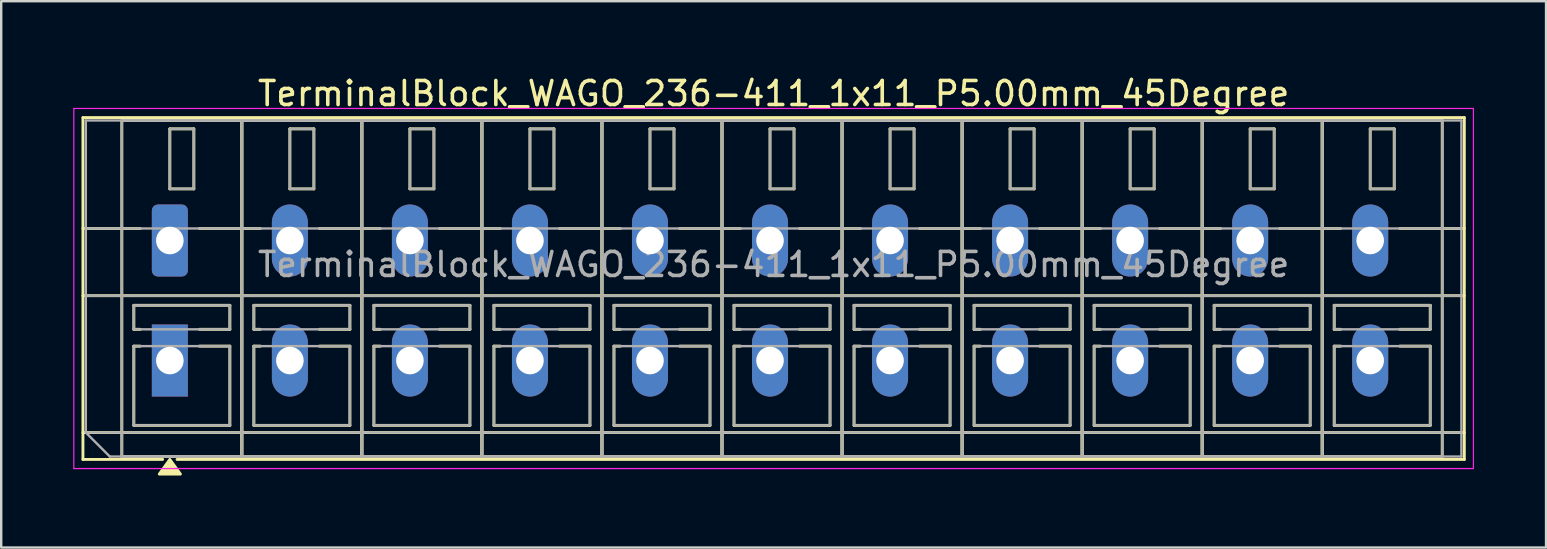
<source format=kicad_pcb>
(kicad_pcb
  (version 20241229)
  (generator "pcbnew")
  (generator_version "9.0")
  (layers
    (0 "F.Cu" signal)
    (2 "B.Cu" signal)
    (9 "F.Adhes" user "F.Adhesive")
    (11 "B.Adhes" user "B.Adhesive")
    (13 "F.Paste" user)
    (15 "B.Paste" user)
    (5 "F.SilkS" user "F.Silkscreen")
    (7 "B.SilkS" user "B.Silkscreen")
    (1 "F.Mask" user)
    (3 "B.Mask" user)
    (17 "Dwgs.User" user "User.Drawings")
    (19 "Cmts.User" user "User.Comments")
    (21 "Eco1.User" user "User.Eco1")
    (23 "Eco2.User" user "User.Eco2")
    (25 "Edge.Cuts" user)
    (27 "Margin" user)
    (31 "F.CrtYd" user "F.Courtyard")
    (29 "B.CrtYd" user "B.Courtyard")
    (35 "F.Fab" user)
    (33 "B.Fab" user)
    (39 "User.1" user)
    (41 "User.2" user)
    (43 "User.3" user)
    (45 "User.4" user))
  (footprint "TerminalBlock_WAGO_236-411_1x11_P5.00mm_45Degree"
    (layer "F.Cu")
    (at 4.025 6.968)
    (property "Reference" "TerminalBlock_WAGO_236-411_1x11_P5.00mm_45Degree" (at 25.15 -6.12 0) (layer "F.SilkS") (effects (font (size 1 1) (thickness 0.15))))
    (attr through_hole)
    (fp_line (start -3.62 -5.12) (end -3.62 9.12) (stroke (width 0.12) (type solid)) (layer "F.SilkS"))
    (fp_line (start -3.62 -5.12) (end 53.92 -5.12) (stroke (width 0.12) (type solid)) (layer "F.SilkS"))
    (fp_line (start -3.62 -0.5) (end -1.23 -0.5) (stroke (width 0.12) (type solid)) (layer "F.SilkS"))
    (fp_line (start -3.62 2.3) (end 53.92 2.3) (stroke (width 0.12) (type solid)) (layer "F.SilkS"))
    (fp_line (start -3.62 8) (end 53.92 8) (stroke (width 0.12) (type solid)) (layer "F.SilkS"))
    (fp_line (start -3.62 9.12) (end -0.3 9.12) (stroke (width 0.12) (type solid)) (layer "F.SilkS"))
    (fp_line (start -2 -5) (end -2 9) (stroke (width 0.12) (type solid)) (layer "F.SilkS"))
    (fp_line (start -2 -5) (end 3 -5) (stroke (width 0.12) (type solid)) (layer "F.SilkS"))
    (fp_line (start -2 9) (end 3 9) (stroke (width 0.12) (type solid)) (layer "F.SilkS"))
    (fp_line (start -1.5 2.7) (end -1.5 3.7) (stroke (width 0.12) (type solid)) (layer "F.SilkS"))
    (fp_line (start -1.5 2.7) (end 2.5 2.7) (stroke (width 0.12) (type solid)) (layer "F.SilkS"))
    (fp_line (start -1.5 3.7) (end -1.23 3.7) (stroke (width 0.12) (type solid)) (layer "F.SilkS"))
    (fp_line (start -1.5 4.4) (end -1.5 7.7) (stroke (width 0.12) (type solid)) (layer "F.SilkS"))
    (fp_line (start -1.5 4.4) (end -1.23 4.4) (stroke (width 0.12) (type solid)) (layer "F.SilkS"))
    (fp_line (start -1.5 7.7) (end 2.5 7.7) (stroke (width 0.12) (type solid)) (layer "F.SilkS"))
    (fp_line (start 0 -4.65) (end 0 -2.15) (stroke (width 0.12) (type solid)) (layer "F.SilkS"))
    (fp_line (start 0 -4.65) (end 1 -4.65) (stroke (width 0.12) (type solid)) (layer "F.SilkS"))
    (fp_line (start 0 -2.15) (end 1 -2.15) (stroke (width 0.12) (type solid)) (layer "F.SilkS"))
    (fp_line (start 0.3 9.12) (end 53.92 9.12) (stroke (width 0.12) (type solid)) (layer "F.SilkS"))
    (fp_line (start 1 -4.65) (end 1 -2.15) (stroke (width 0.12) (type solid)) (layer "F.SilkS"))
    (fp_line (start 1.23 -0.5) (end 3.77 -0.5) (stroke (width 0.12) (type solid)) (layer "F.SilkS"))
    (fp_line (start 1.23 3.7) (end 2.5 3.7) (stroke (width 0.12) (type solid)) (layer "F.SilkS"))
    (fp_line (start 1.23 4.4) (end 2.5 4.4) (stroke (width 0.12) (type solid)) (layer "F.SilkS"))
    (fp_line (start 2.5 2.7) (end 2.5 3.7) (stroke (width 0.12) (type solid)) (layer "F.SilkS"))
    (fp_line (start 2.5 4.4) (end 2.5 7.7) (stroke (width 0.12) (type solid)) (layer "F.SilkS"))
    (fp_line (start 3 -5) (end 3 9) (stroke (width 0.12) (type solid)) (layer "F.SilkS"))
    (fp_line (start 3 -5) (end 3 9) (stroke (width 0.12) (type solid)) (layer "F.SilkS"))
    (fp_line (start 3 -5) (end 8 -5) (stroke (width 0.12) (type solid)) (layer "F.SilkS"))
    (fp_line (start 3 9) (end 8 9) (stroke (width 0.12) (type solid)) (layer "F.SilkS"))
    (fp_line (start 3.5 2.7) (end 3.5 3.7) (stroke (width 0.12) (type solid)) (layer "F.SilkS"))
    (fp_line (start 3.5 2.7) (end 7.5 2.7) (stroke (width 0.12) (type solid)) (layer "F.SilkS"))
    (fp_line (start 3.5 3.7) (end 3.77 3.7) (stroke (width 0.12) (type solid)) (layer "F.SilkS"))
    (fp_line (start 3.5 4.4) (end 3.5 7.7) (stroke (width 0.12) (type solid)) (layer "F.SilkS"))
    (fp_line (start 3.5 4.4) (end 3.77 4.4) (stroke (width 0.12) (type solid)) (layer "F.SilkS"))
    (fp_line (start 3.5 7.7) (end 7.5 7.7) (stroke (width 0.12) (type solid)) (layer "F.SilkS"))
    (fp_line (start 5 -4.65) (end 5 -2.15) (stroke (width 0.12) (type solid)) (layer "F.SilkS"))
    (fp_line (start 5 -4.65) (end 6 -4.65) (stroke (width 0.12) (type solid)) (layer "F.SilkS"))
    (fp_line (start 5 -2.15) (end 6 -2.15) (stroke (width 0.12) (type solid)) (layer "F.SilkS"))
    (fp_line (start 6 -4.65) (end 6 -2.15) (stroke (width 0.12) (type solid)) (layer "F.SilkS"))
    (fp_line (start 6.23 -0.5) (end 8.77 -0.5) (stroke (width 0.12) (type solid)) (layer "F.SilkS"))
    (fp_line (start 6.23 3.7) (end 7.5 3.7) (stroke (width 0.12) (type solid)) (layer "F.SilkS"))
    (fp_line (start 6.23 4.4) (end 7.5 4.4) (stroke (width 0.12) (type solid)) (layer "F.SilkS"))
    (fp_line (start 7.5 2.7) (end 7.5 3.7) (stroke (width 0.12) (type solid)) (layer "F.SilkS"))
    (fp_line (start 7.5 4.4) (end 7.5 7.7) (stroke (width 0.12) (type solid)) (layer "F.SilkS"))
    (fp_line (start 8 -5) (end 8 9) (stroke (width 0.12) (type solid)) (layer "F.SilkS"))
    (fp_line (start 8 -5) (end 8 9) (stroke (width 0.12) (type solid)) (layer "F.SilkS"))
    (fp_line (start 8 -5) (end 13 -5) (stroke (width 0.12) (type solid)) (layer "F.SilkS"))
    (fp_line (start 8 9) (end 13 9) (stroke (width 0.12) (type solid)) (layer "F.SilkS"))
    (fp_line (start 8.5 2.7) (end 8.5 3.7) (stroke (width 0.12) (type solid)) (layer "F.SilkS"))
    (fp_line (start 8.5 2.7) (end 12.5 2.7) (stroke (width 0.12) (type solid)) (layer "F.SilkS"))
    (fp_line (start 8.5 3.7) (end 8.77 3.7) (stroke (width 0.12) (type solid)) (layer "F.SilkS"))
    (fp_line (start 8.5 4.4) (end 8.5 7.7) (stroke (width 0.12) (type solid)) (layer "F.SilkS"))
    (fp_line (start 8.5 4.4) (end 8.77 4.4) (stroke (width 0.12) (type solid)) (layer "F.SilkS"))
    (fp_line (start 8.5 7.7) (end 12.5 7.7) (stroke (width 0.12) (type solid)) (layer "F.SilkS"))
    (fp_line (start 10 -4.65) (end 10 -2.15) (stroke (width 0.12) (type solid)) (layer "F.SilkS"))
    (fp_line (start 10 -4.65) (end 11 -4.65) (stroke (width 0.12) (type solid)) (layer "F.SilkS"))
    (fp_line (start 10 -2.15) (end 11 -2.15) (stroke (width 0.12) (type solid)) (layer "F.SilkS"))
    (fp_line (start 11 -4.65) (end 11 -2.15) (stroke (width 0.12) (type solid)) (layer "F.SilkS"))
    (fp_line (start 11.23 -0.5) (end 13.77 -0.5) (stroke (width 0.12) (type solid)) (layer "F.SilkS"))
    (fp_line (start 11.23 3.7) (end 12.5 3.7) (stroke (width 0.12) (type solid)) (layer "F.SilkS"))
    (fp_line (start 11.23 4.4) (end 12.5 4.4) (stroke (width 0.12) (type solid)) (layer "F.SilkS"))
    (fp_line (start 12.5 2.7) (end 12.5 3.7) (stroke (width 0.12) (type solid)) (layer "F.SilkS"))
    (fp_line (start 12.5 4.4) (end 12.5 7.7) (stroke (width 0.12) (type solid)) (layer "F.SilkS"))
    (fp_line (start 13 -5) (end 13 9) (stroke (width 0.12) (type solid)) (layer "F.SilkS"))
    (fp_line (start 13 -5) (end 13 9) (stroke (width 0.12) (type solid)) (layer "F.SilkS"))
    (fp_line (start 13 -5) (end 18 -5) (stroke (width 0.12) (type solid)) (layer "F.SilkS"))
    (fp_line (start 13 9) (end 18 9) (stroke (width 0.12) (type solid)) (layer "F.SilkS"))
    (fp_line (start 13.5 2.7) (end 13.5 3.7) (stroke (width 0.12) (type solid)) (layer "F.SilkS"))
    (fp_line (start 13.5 2.7) (end 17.5 2.7) (stroke (width 0.12) (type solid)) (layer "F.SilkS"))
    (fp_line (start 13.5 3.7) (end 13.77 3.7) (stroke (width 0.12) (type solid)) (layer "F.SilkS"))
    (fp_line (start 13.5 4.4) (end 13.5 7.7) (stroke (width 0.12) (type solid)) (layer "F.SilkS"))
    (fp_line (start 13.5 4.4) (end 13.77 4.4) (stroke (width 0.12) (type solid)) (layer "F.SilkS"))
    (fp_line (start 13.5 7.7) (end 17.5 7.7) (stroke (width 0.12) (type solid)) (layer "F.SilkS"))
    (fp_line (start 15 -4.65) (end 15 -2.15) (stroke (width 0.12) (type solid)) (layer "F.SilkS"))
    (fp_line (start 15 -4.65) (end 16 -4.65) (stroke (width 0.12) (type solid)) (layer "F.SilkS"))
    (fp_line (start 15 -2.15) (end 16 -2.15) (stroke (width 0.12) (type solid)) (layer "F.SilkS"))
    (fp_line (start 16 -4.65) (end 16 -2.15) (stroke (width 0.12) (type solid)) (layer "F.SilkS"))
    (fp_line (start 16.23 -0.5) (end 18.77 -0.5) (stroke (width 0.12) (type solid)) (layer "F.SilkS"))
    (fp_line (start 16.23 3.7) (end 17.5 3.7) (stroke (width 0.12) (type solid)) (layer "F.SilkS"))
    (fp_line (start 16.23 4.4) (end 17.5 4.4) (stroke (width 0.12) (type solid)) (layer "F.SilkS"))
    (fp_line (start 17.5 2.7) (end 17.5 3.7) (stroke (width 0.12) (type solid)) (layer "F.SilkS"))
    (fp_line (start 17.5 4.4) (end 17.5 7.7) (stroke (width 0.12) (type solid)) (layer "F.SilkS"))
    (fp_line (start 18 -5) (end 18 9) (stroke (width 0.12) (type solid)) (layer "F.SilkS"))
    (fp_line (start 18 -5) (end 18 9) (stroke (width 0.12) (type solid)) (layer "F.SilkS"))
    (fp_line (start 18 -5) (end 23 -5) (stroke (width 0.12) (type solid)) (layer "F.SilkS"))
    (fp_line (start 18 9) (end 23 9) (stroke (width 0.12) (type solid)) (layer "F.SilkS"))
    (fp_line (start 18.5 2.7) (end 18.5 3.7) (stroke (width 0.12) (type solid)) (layer "F.SilkS"))
    (fp_line (start 18.5 2.7) (end 22.5 2.7) (stroke (width 0.12) (type solid)) (layer "F.SilkS"))
    (fp_line (start 18.5 3.7) (end 18.77 3.7) (stroke (width 0.12) (type solid)) (layer "F.SilkS"))
    (fp_line (start 18.5 4.4) (end 18.5 7.7) (stroke (width 0.12) (type solid)) (layer "F.SilkS"))
    (fp_line (start 18.5 4.4) (end 18.77 4.4) (stroke (width 0.12) (type solid)) (layer "F.SilkS"))
    (fp_line (start 18.5 7.7) (end 22.5 7.7) (stroke (width 0.12) (type solid)) (layer "F.SilkS"))
    (fp_line (start 20 -4.65) (end 20 -2.15) (stroke (width 0.12) (type solid)) (layer "F.SilkS"))
    (fp_line (start 20 -4.65) (end 21 -4.65) (stroke (width 0.12) (type solid)) (layer "F.SilkS"))
    (fp_line (start 20 -2.15) (end 21 -2.15) (stroke (width 0.12) (type solid)) (layer "F.SilkS"))
    (fp_line (start 21 -4.65) (end 21 -2.15) (stroke (width 0.12) (type solid)) (layer "F.SilkS"))
    (fp_line (start 21.23 -0.5) (end 23.77 -0.5) (stroke (width 0.12) (type solid)) (layer "F.SilkS"))
    (fp_line (start 21.23 3.7) (end 22.5 3.7) (stroke (width 0.12) (type solid)) (layer "F.SilkS"))
    (fp_line (start 21.23 4.4) (end 22.5 4.4) (stroke (width 0.12) (type solid)) (layer "F.SilkS"))
    (fp_line (start 22.5 2.7) (end 22.5 3.7) (stroke (width 0.12) (type solid)) (layer "F.SilkS"))
    (fp_line (start 22.5 4.4) (end 22.5 7.7) (stroke (width 0.12) (type solid)) (layer "F.SilkS"))
    (fp_line (start 23 -5) (end 23 9) (stroke (width 0.12) (type solid)) (layer "F.SilkS"))
    (fp_line (start 23 -5) (end 23 9) (stroke (width 0.12) (type solid)) (layer "F.SilkS"))
    (fp_line (start 23 -5) (end 28 -5) (stroke (width 0.12) (type solid)) (layer "F.SilkS"))
    (fp_line (start 23 9) (end 28 9) (stroke (width 0.12) (type solid)) (layer "F.SilkS"))
    (fp_line (start 23.5 2.7) (end 23.5 3.7) (stroke (width 0.12) (type solid)) (layer "F.SilkS"))
    (fp_line (start 23.5 2.7) (end 27.5 2.7) (stroke (width 0.12) (type solid)) (layer "F.SilkS"))
    (fp_line (start 23.5 3.7) (end 23.77 3.7) (stroke (width 0.12) (type solid)) (layer "F.SilkS"))
    (fp_line (start 23.5 4.4) (end 23.5 7.7) (stroke (width 0.12) (type solid)) (layer "F.SilkS"))
    (fp_line (start 23.5 4.4) (end 23.77 4.4) (stroke (width 0.12) (type solid)) (layer "F.SilkS"))
    (fp_line (start 23.5 7.7) (end 27.5 7.7) (stroke (width 0.12) (type solid)) (layer "F.SilkS"))
    (fp_line (start 25 -4.65) (end 25 -2.15) (stroke (width 0.12) (type solid)) (layer "F.SilkS"))
    (fp_line (start 25 -4.65) (end 26 -4.65) (stroke (width 0.12) (type solid)) (layer "F.SilkS"))
    (fp_line (start 25 -2.15) (end 26 -2.15) (stroke (width 0.12) (type solid)) (layer "F.SilkS"))
    (fp_line (start 26 -4.65) (end 26 -2.15) (stroke (width 0.12) (type solid)) (layer "F.SilkS"))
    (fp_line (start 26.23 -0.5) (end 28.77 -0.5) (stroke (width 0.12) (type solid)) (layer "F.SilkS"))
    (fp_line (start 26.23 3.7) (end 27.5 3.7) (stroke (width 0.12) (type solid)) (layer "F.SilkS"))
    (fp_line (start 26.23 4.4) (end 27.5 4.4) (stroke (width 0.12) (type solid)) (layer "F.SilkS"))
    (fp_line (start 27.5 2.7) (end 27.5 3.7) (stroke (width 0.12) (type solid)) (layer "F.SilkS"))
    (fp_line (start 27.5 4.4) (end 27.5 7.7) (stroke (width 0.12) (type solid)) (layer "F.SilkS"))
    (fp_line (start 28 -5) (end 28 9) (stroke (width 0.12) (type solid)) (layer "F.SilkS"))
    (fp_line (start 28 -5) (end 28 9) (stroke (width 0.12) (type solid)) (layer "F.SilkS"))
    (fp_line (start 28 -5) (end 33 -5) (stroke (width 0.12) (type solid)) (layer "F.SilkS"))
    (fp_line (start 28 9) (end 33 9) (stroke (width 0.12) (type solid)) (layer "F.SilkS"))
    (fp_line (start 28.5 2.7) (end 28.5 3.7) (stroke (width 0.12) (type solid)) (layer "F.SilkS"))
    (fp_line (start 28.5 2.7) (end 32.5 2.7) (stroke (width 0.12) (type solid)) (layer "F.SilkS"))
    (fp_line (start 28.5 3.7) (end 28.77 3.7) (stroke (width 0.12) (type solid)) (layer "F.SilkS"))
    (fp_line (start 28.5 4.4) (end 28.5 7.7) (stroke (width 0.12) (type solid)) (layer "F.SilkS"))
    (fp_line (start 28.5 4.4) (end 28.77 4.4) (stroke (width 0.12) (type solid)) (layer "F.SilkS"))
    (fp_line (start 28.5 7.7) (end 32.5 7.7) (stroke (width 0.12) (type solid)) (layer "F.SilkS"))
    (fp_line (start 30 -4.65) (end 30 -2.15) (stroke (width 0.12) (type solid)) (layer "F.SilkS"))
    (fp_line (start 30 -4.65) (end 31 -4.65) (stroke (width 0.12) (type solid)) (layer "F.SilkS"))
    (fp_line (start 30 -2.15) (end 31 -2.15) (stroke (width 0.12) (type solid)) (layer "F.SilkS"))
    (fp_line (start 31 -4.65) (end 31 -2.15) (stroke (width 0.12) (type solid)) (layer "F.SilkS"))
    (fp_line (start 31.23 -0.5) (end 33.77 -0.5) (stroke (width 0.12) (type solid)) (layer "F.SilkS"))
    (fp_line (start 31.23 3.7) (end 32.5 3.7) (stroke (width 0.12) (type solid)) (layer "F.SilkS"))
    (fp_line (start 31.23 4.4) (end 32.5 4.4) (stroke (width 0.12) (type solid)) (layer "F.SilkS"))
    (fp_line (start 32.5 2.7) (end 32.5 3.7) (stroke (width 0.12) (type solid)) (layer "F.SilkS"))
    (fp_line (start 32.5 4.4) (end 32.5 7.7) (stroke (width 0.12) (type solid)) (layer "F.SilkS"))
    (fp_line (start 33 -5) (end 33 9) (stroke (width 0.12) (type solid)) (layer "F.SilkS"))
    (fp_line (start 33 -5) (end 33 9) (stroke (width 0.12) (type solid)) (layer "F.SilkS"))
    (fp_line (start 33 -5) (end 38 -5) (stroke (width 0.12) (type solid)) (layer "F.SilkS"))
    (fp_line (start 33 9) (end 38 9) (stroke (width 0.12) (type solid)) (layer "F.SilkS"))
    (fp_line (start 33.5 2.7) (end 33.5 3.7) (stroke (width 0.12) (type solid)) (layer "F.SilkS"))
    (fp_line (start 33.5 2.7) (end 37.5 2.7) (stroke (width 0.12) (type solid)) (layer "F.SilkS"))
    (fp_line (start 33.5 3.7) (end 33.77 3.7) (stroke (width 0.12) (type solid)) (layer "F.SilkS"))
    (fp_line (start 33.5 4.4) (end 33.5 7.7) (stroke (width 0.12) (type solid)) (layer "F.SilkS"))
    (fp_line (start 33.5 4.4) (end 33.77 4.4) (stroke (width 0.12) (type solid)) (layer "F.SilkS"))
    (fp_line (start 33.5 7.7) (end 37.5 7.7) (stroke (width 0.12) (type solid)) (layer "F.SilkS"))
    (fp_line (start 35 -4.65) (end 35 -2.15) (stroke (width 0.12) (type solid)) (layer "F.SilkS"))
    (fp_line (start 35 -4.65) (end 36 -4.65) (stroke (width 0.12) (type solid)) (layer "F.SilkS"))
    (fp_line (start 35 -2.15) (end 36 -2.15) (stroke (width 0.12) (type solid)) (layer "F.SilkS"))
    (fp_line (start 36 -4.65) (end 36 -2.15) (stroke (width 0.12) (type solid)) (layer "F.SilkS"))
    (fp_line (start 36.23 -0.5) (end 38.77 -0.5) (stroke (width 0.12) (type solid)) (layer "F.SilkS"))
    (fp_line (start 36.23 3.7) (end 37.5 3.7) (stroke (width 0.12) (type solid)) (layer "F.SilkS"))
    (fp_line (start 36.23 4.4) (end 37.5 4.4) (stroke (width 0.12) (type solid)) (layer "F.SilkS"))
    (fp_line (start 37.5 2.7) (end 37.5 3.7) (stroke (width 0.12) (type solid)) (layer "F.SilkS"))
    (fp_line (start 37.5 4.4) (end 37.5 7.7) (stroke (width 0.12) (type solid)) (layer "F.SilkS"))
    (fp_line (start 38 -5) (end 38 9) (stroke (width 0.12) (type solid)) (layer "F.SilkS"))
    (fp_line (start 38 -5) (end 38 9) (stroke (width 0.12) (type solid)) (layer "F.SilkS"))
    (fp_line (start 38 -5) (end 43 -5) (stroke (width 0.12) (type solid)) (layer "F.SilkS"))
    (fp_line (start 38 9) (end 43 9) (stroke (width 0.12) (type solid)) (layer "F.SilkS"))
    (fp_line (start 38.5 2.7) (end 38.5 3.7) (stroke (width 0.12) (type solid)) (layer "F.SilkS"))
    (fp_line (start 38.5 2.7) (end 42.5 2.7) (stroke (width 0.12) (type solid)) (layer "F.SilkS"))
    (fp_line (start 38.5 3.7) (end 38.77 3.7) (stroke (width 0.12) (type solid)) (layer "F.SilkS"))
    (fp_line (start 38.5 4.4) (end 38.5 7.7) (stroke (width 0.12) (type solid)) (layer "F.SilkS"))
    (fp_line (start 38.5 4.4) (end 38.77 4.4) (stroke (width 0.12) (type solid)) (layer "F.SilkS"))
    (fp_line (start 38.5 7.7) (end 42.5 7.7) (stroke (width 0.12) (type solid)) (layer "F.SilkS"))
    (fp_line (start 40 -4.65) (end 40 -2.15) (stroke (width 0.12) (type solid)) (layer "F.SilkS"))
    (fp_line (start 40 -4.65) (end 41 -4.65) (stroke (width 0.12) (type solid)) (layer "F.SilkS"))
    (fp_line (start 40 -2.15) (end 41 -2.15) (stroke (width 0.12) (type solid)) (layer "F.SilkS"))
    (fp_line (start 41 -4.65) (end 41 -2.15) (stroke (width 0.12) (type solid)) (layer "F.SilkS"))
    (fp_line (start 41.23 -0.5) (end 43.77 -0.5) (stroke (width 0.12) (type solid)) (layer "F.SilkS"))
    (fp_line (start 41.23 3.7) (end 42.5 3.7) (stroke (width 0.12) (type solid)) (layer "F.SilkS"))
    (fp_line (start 41.23 4.4) (end 42.5 4.4) (stroke (width 0.12) (type solid)) (layer "F.SilkS"))
    (fp_line (start 42.5 2.7) (end 42.5 3.7) (stroke (width 0.12) (type solid)) (layer "F.SilkS"))
    (fp_line (start 42.5 4.4) (end 42.5 7.7) (stroke (width 0.12) (type solid)) (layer "F.SilkS"))
    (fp_line (start 43 -5) (end 43 9) (stroke (width 0.12) (type solid)) (layer "F.SilkS"))
    (fp_line (start 43 -5) (end 43 9) (stroke (width 0.12) (type solid)) (layer "F.SilkS"))
    (fp_line (start 43 -5) (end 48 -5) (stroke (width 0.12) (type solid)) (layer "F.SilkS"))
    (fp_line (start 43 9) (end 48 9) (stroke (width 0.12) (type solid)) (layer "F.SilkS"))
    (fp_line (start 43.5 2.7) (end 43.5 3.7) (stroke (width 0.12) (type solid)) (layer "F.SilkS"))
    (fp_line (start 43.5 2.7) (end 47.5 2.7) (stroke (width 0.12) (type solid)) (layer "F.SilkS"))
    (fp_line (start 43.5 3.7) (end 43.77 3.7) (stroke (width 0.12) (type solid)) (layer "F.SilkS"))
    (fp_line (start 43.5 4.4) (end 43.5 7.7) (stroke (width 0.12) (type solid)) (layer "F.SilkS"))
    (fp_line (start 43.5 4.4) (end 43.77 4.4) (stroke (width 0.12) (type solid)) (layer "F.SilkS"))
    (fp_line (start 43.5 7.7) (end 47.5 7.7) (stroke (width 0.12) (type solid)) (layer "F.SilkS"))
    (fp_line (start 45 -4.65) (end 45 -2.15) (stroke (width 0.12) (type solid)) (layer "F.SilkS"))
    (fp_line (start 45 -4.65) (end 46 -4.65) (stroke (width 0.12) (type solid)) (layer "F.SilkS"))
    (fp_line (start 45 -2.15) (end 46 -2.15) (stroke (width 0.12) (type solid)) (layer "F.SilkS"))
    (fp_line (start 46 -4.65) (end 46 -2.15) (stroke (width 0.12) (type solid)) (layer "F.SilkS"))
    (fp_line (start 46.23 -0.5) (end 48.77 -0.5) (stroke (width 0.12) (type solid)) (layer "F.SilkS"))
    (fp_line (start 46.23 3.7) (end 47.5 3.7) (stroke (width 0.12) (type solid)) (layer "F.SilkS"))
    (fp_line (start 46.23 4.4) (end 47.5 4.4) (stroke (width 0.12) (type solid)) (layer "F.SilkS"))
    (fp_line (start 47.5 2.7) (end 47.5 3.7) (stroke (width 0.12) (type solid)) (layer "F.SilkS"))
    (fp_line (start 47.5 4.4) (end 47.5 7.7) (stroke (width 0.12) (type solid)) (layer "F.SilkS"))
    (fp_line (start 48 -5) (end 48 9) (stroke (width 0.12) (type solid)) (layer "F.SilkS"))
    (fp_line (start 48 -5) (end 48 9) (stroke (width 0.12) (type solid)) (layer "F.SilkS"))
    (fp_line (start 48 -5) (end 53 -5) (stroke (width 0.12) (type solid)) (layer "F.SilkS"))
    (fp_line (start 48 9) (end 53 9) (stroke (width 0.12) (type solid)) (layer "F.SilkS"))
    (fp_line (start 48.5 2.7) (end 48.5 3.7) (stroke (width 0.12) (type solid)) (layer "F.SilkS"))
    (fp_line (start 48.5 2.7) (end 52.5 2.7) (stroke (width 0.12) (type solid)) (layer "F.SilkS"))
    (fp_line (start 48.5 3.7) (end 48.77 3.7) (stroke (width 0.12) (type solid)) (layer "F.SilkS"))
    (fp_line (start 48.5 4.4) (end 48.5 7.7) (stroke (width 0.12) (type solid)) (layer "F.SilkS"))
    (fp_line (start 48.5 4.4) (end 48.77 4.4) (stroke (width 0.12) (type solid)) (layer "F.SilkS"))
    (fp_line (start 48.5 7.7) (end 52.5 7.7) (stroke (width 0.12) (type solid)) (layer "F.SilkS"))
    (fp_line (start 50 -4.65) (end 50 -2.15) (stroke (width 0.12) (type solid)) (layer "F.SilkS"))
    (fp_line (start 50 -4.65) (end 51 -4.65) (stroke (width 0.12) (type solid)) (layer "F.SilkS"))
    (fp_line (start 50 -2.15) (end 51 -2.15) (stroke (width 0.12) (type solid)) (layer "F.SilkS"))
    (fp_line (start 51 -4.65) (end 51 -2.15) (stroke (width 0.12) (type solid)) (layer "F.SilkS"))
    (fp_line (start 51.23 -0.5) (end 53.92 -0.5) (stroke (width 0.12) (type solid)) (layer "F.SilkS"))
    (fp_line (start 51.23 3.7) (end 52.5 3.7) (stroke (width 0.12) (type solid)) (layer "F.SilkS"))
    (fp_line (start 51.23 4.4) (end 52.5 4.4) (stroke (width 0.12) (type solid)) (layer "F.SilkS"))
    (fp_line (start 52.5 2.7) (end 52.5 3.7) (stroke (width 0.12) (type solid)) (layer "F.SilkS"))
    (fp_line (start 52.5 4.4) (end 52.5 7.7) (stroke (width 0.12) (type solid)) (layer "F.SilkS"))
    (fp_line (start 53 -5) (end 53 9) (stroke (width 0.12) (type solid)) (layer "F.SilkS"))
    (fp_line (start 53.92 -5.12) (end 53.92 9.12) (stroke (width 0.12) (type solid)) (layer "F.SilkS"))
    (fp_poly (pts (xy 0 9.12) (xy 0.44 9.73) (xy -0.44 9.73)) (stroke (width 0.12) (type solid)) (fill yes) (layer "F.SilkS"))
    (fp_line (start -4 -5.5) (end -4 9.5) (stroke (width 0.05) (type solid)) (layer "F.CrtYd"))
    (fp_line (start -4 9.5) (end 54.3 9.5) (stroke (width 0.05) (type solid)) (layer "F.CrtYd"))
    (fp_line (start 54.3 -5.5) (end -4 -5.5) (stroke (width 0.05) (type solid)) (layer "F.CrtYd"))
    (fp_line (start 54.3 9.5) (end 54.3 -5.5) (stroke (width 0.05) (type solid)) (layer "F.CrtYd"))
    (fp_line (start -3.5 -5) (end 53.8 -5) (stroke (width 0.1) (type solid)) (layer "F.Fab"))
    (fp_line (start -3.5 -0.5) (end 53.8 -0.5) (stroke (width 0.1) (type solid)) (layer "F.Fab"))
    (fp_line (start -3.5 2.3) (end 53.8 2.3) (stroke (width 0.1) (type solid)) (layer "F.Fab"))
    (fp_line (start -3.5 8) (end -3.5 -5) (stroke (width 0.1) (type solid)) (layer "F.Fab"))
    (fp_line (start -3.5 8) (end 53.8 8) (stroke (width 0.1) (type solid)) (layer "F.Fab"))
    (fp_line (start -2.5 9) (end -3.5 8) (stroke (width 0.1) (type solid)) (layer "F.Fab"))
    (fp_line (start -2 -5) (end -2 9) (stroke (width 0.1) (type solid)) (layer "F.Fab"))
    (fp_line (start -2 9) (end 3 9) (stroke (width 0.1) (type solid)) (layer "F.Fab"))
    (fp_line (start -1.5 2.7) (end -1.5 3.7) (stroke (width 0.1) (type solid)) (layer "F.Fab"))
    (fp_line (start -1.5 3.7) (end 2.5 3.7) (stroke (width 0.1) (type solid)) (layer "F.Fab"))
    (fp_line (start -1.5 4.4) (end -1.5 7.7) (stroke (width 0.1) (type solid)) (layer "F.Fab"))
    (fp_line (start -1.5 7.7) (end 2.5 7.7) (stroke (width 0.1) (type solid)) (layer "F.Fab"))
    (fp_line (start 0 -4.65) (end 0 -2.15) (stroke (width 0.1) (type solid)) (layer "F.Fab"))
    (fp_line (start 0 -2.15) (end 1 -2.15) (stroke (width 0.1) (type solid)) (layer "F.Fab"))
    (fp_line (start 1 -4.65) (end 0 -4.65) (stroke (width 0.1) (type solid)) (layer "F.Fab"))
    (fp_line (start 1 -2.15) (end 1 -4.65) (stroke (width 0.1) (type solid)) (layer "F.Fab"))
    (fp_line (start 2.5 2.7) (end -1.5 2.7) (stroke (width 0.1) (type solid)) (layer "F.Fab"))
    (fp_line (start 2.5 3.7) (end 2.5 2.7) (stroke (width 0.1) (type solid)) (layer "F.Fab"))
    (fp_line (start 2.5 4.4) (end -1.5 4.4) (stroke (width 0.1) (type solid)) (layer "F.Fab"))
    (fp_line (start 2.5 7.7) (end 2.5 4.4) (stroke (width 0.1) (type solid)) (layer "F.Fab"))
    (fp_line (start 3 -5) (end -2 -5) (stroke (width 0.1) (type solid)) (layer "F.Fab"))
    (fp_line (start 3 -5) (end 3 9) (stroke (width 0.1) (type solid)) (layer "F.Fab"))
    (fp_line (start 3 9) (end 3 -5) (stroke (width 0.1) (type solid)) (layer "F.Fab"))
    (fp_line (start 3 9) (end 8 9) (stroke (width 0.1) (type solid)) (layer "F.Fab"))
    (fp_line (start 3.5 2.7) (end 3.5 3.7) (stroke (width 0.1) (type solid)) (layer "F.Fab"))
    (fp_line (start 3.5 3.7) (end 7.5 3.7) (stroke (width 0.1) (type solid)) (layer "F.Fab"))
    (fp_line (start 3.5 4.4) (end 3.5 7.7) (stroke (width 0.1) (type solid)) (layer "F.Fab"))
    (fp_line (start 3.5 7.7) (end 7.5 7.7) (stroke (width 0.1) (type solid)) (layer "F.Fab"))
    (fp_line (start 5 -4.65) (end 5 -2.15) (stroke (width 0.1) (type solid)) (layer "F.Fab"))
    (fp_line (start 5 -2.15) (end 6 -2.15) (stroke (width 0.1) (type solid)) (layer "F.Fab"))
    (fp_line (start 6 -4.65) (end 5 -4.65) (stroke (width 0.1) (type solid)) (layer "F.Fab"))
    (fp_line (start 6 -2.15) (end 6 -4.65) (stroke (width 0.1) (type solid)) (layer "F.Fab"))
    (fp_line (start 7.5 2.7) (end 3.5 2.7) (stroke (width 0.1) (type solid)) (layer "F.Fab"))
    (fp_line (start 7.5 3.7) (end 7.5 2.7) (stroke (width 0.1) (type solid)) (layer "F.Fab"))
    (fp_line (start 7.5 4.4) (end 3.5 4.4) (stroke (width 0.1) (type solid)) (layer "F.Fab"))
    (fp_line (start 7.5 7.7) (end 7.5 4.4) (stroke (width 0.1) (type solid)) (layer "F.Fab"))
    (fp_line (start 8 -5) (end 3 -5) (stroke (width 0.1) (type solid)) (layer "F.Fab"))
    (fp_line (start 8 -5) (end 8 9) (stroke (width 0.1) (type solid)) (layer "F.Fab"))
    (fp_line (start 8 9) (end 8 -5) (stroke (width 0.1) (type solid)) (layer "F.Fab"))
    (fp_line (start 8 9) (end 13 9) (stroke (width 0.1) (type solid)) (layer "F.Fab"))
    (fp_line (start 8.5 2.7) (end 8.5 3.7) (stroke (width 0.1) (type solid)) (layer "F.Fab"))
    (fp_line (start 8.5 3.7) (end 12.5 3.7) (stroke (width 0.1) (type solid)) (layer "F.Fab"))
    (fp_line (start 8.5 4.4) (end 8.5 7.7) (stroke (width 0.1) (type solid)) (layer "F.Fab"))
    (fp_line (start 8.5 7.7) (end 12.5 7.7) (stroke (width 0.1) (type solid)) (layer "F.Fab"))
    (fp_line (start 10 -4.65) (end 10 -2.15) (stroke (width 0.1) (type solid)) (layer "F.Fab"))
    (fp_line (start 10 -2.15) (end 11 -2.15) (stroke (width 0.1) (type solid)) (layer "F.Fab"))
    (fp_line (start 11 -4.65) (end 10 -4.65) (stroke (width 0.1) (type solid)) (layer "F.Fab"))
    (fp_line (start 11 -2.15) (end 11 -4.65) (stroke (width 0.1) (type solid)) (layer "F.Fab"))
    (fp_line (start 12.5 2.7) (end 8.5 2.7) (stroke (width 0.1) (type solid)) (layer "F.Fab"))
    (fp_line (start 12.5 3.7) (end 12.5 2.7) (stroke (width 0.1) (type solid)) (layer "F.Fab"))
    (fp_line (start 12.5 4.4) (end 8.5 4.4) (stroke (width 0.1) (type solid)) (layer "F.Fab"))
    (fp_line (start 12.5 7.7) (end 12.5 4.4) (stroke (width 0.1) (type solid)) (layer "F.Fab"))
    (fp_line (start 13 -5) (end 8 -5) (stroke (width 0.1) (type solid)) (layer "F.Fab"))
    (fp_line (start 13 -5) (end 13 9) (stroke (width 0.1) (type solid)) (layer "F.Fab"))
    (fp_line (start 13 9) (end 13 -5) (stroke (width 0.1) (type solid)) (layer "F.Fab"))
    (fp_line (start 13 9) (end 18 9) (stroke (width 0.1) (type solid)) (layer "F.Fab"))
    (fp_line (start 13.5 2.7) (end 13.5 3.7) (stroke (width 0.1) (type solid)) (layer "F.Fab"))
    (fp_line (start 13.5 3.7) (end 17.5 3.7) (stroke (width 0.1) (type solid)) (layer "F.Fab"))
    (fp_line (start 13.5 4.4) (end 13.5 7.7) (stroke (width 0.1) (type solid)) (layer "F.Fab"))
    (fp_line (start 13.5 7.7) (end 17.5 7.7) (stroke (width 0.1) (type solid)) (layer "F.Fab"))
    (fp_line (start 15 -4.65) (end 15 -2.15) (stroke (width 0.1) (type solid)) (layer "F.Fab"))
    (fp_line (start 15 -2.15) (end 16 -2.15) (stroke (width 0.1) (type solid)) (layer "F.Fab"))
    (fp_line (start 16 -4.65) (end 15 -4.65) (stroke (width 0.1) (type solid)) (layer "F.Fab"))
    (fp_line (start 16 -2.15) (end 16 -4.65) (stroke (width 0.1) (type solid)) (layer "F.Fab"))
    (fp_line (start 17.5 2.7) (end 13.5 2.7) (stroke (width 0.1) (type solid)) (layer "F.Fab"))
    (fp_line (start 17.5 3.7) (end 17.5 2.7) (stroke (width 0.1) (type solid)) (layer "F.Fab"))
    (fp_line (start 17.5 4.4) (end 13.5 4.4) (stroke (width 0.1) (type solid)) (layer "F.Fab"))
    (fp_line (start 17.5 7.7) (end 17.5 4.4) (stroke (width 0.1) (type solid)) (layer "F.Fab"))
    (fp_line (start 18 -5) (end 13 -5) (stroke (width 0.1) (type solid)) (layer "F.Fab"))
    (fp_line (start 18 -5) (end 18 9) (stroke (width 0.1) (type solid)) (layer "F.Fab"))
    (fp_line (start 18 9) (end 18 -5) (stroke (width 0.1) (type solid)) (layer "F.Fab"))
    (fp_line (start 18 9) (end 23 9) (stroke (width 0.1) (type solid)) (layer "F.Fab"))
    (fp_line (start 18.5 2.7) (end 18.5 3.7) (stroke (width 0.1) (type solid)) (layer "F.Fab"))
    (fp_line (start 18.5 3.7) (end 22.5 3.7) (stroke (width 0.1) (type solid)) (layer "F.Fab"))
    (fp_line (start 18.5 4.4) (end 18.5 7.7) (stroke (width 0.1) (type solid)) (layer "F.Fab"))
    (fp_line (start 18.5 7.7) (end 22.5 7.7) (stroke (width 0.1) (type solid)) (layer "F.Fab"))
    (fp_line (start 20 -4.65) (end 20 -2.15) (stroke (width 0.1) (type solid)) (layer "F.Fab"))
    (fp_line (start 20 -2.15) (end 21 -2.15) (stroke (width 0.1) (type solid)) (layer "F.Fab"))
    (fp_line (start 21 -4.65) (end 20 -4.65) (stroke (width 0.1) (type solid)) (layer "F.Fab"))
    (fp_line (start 21 -2.15) (end 21 -4.65) (stroke (width 0.1) (type solid)) (layer "F.Fab"))
    (fp_line (start 22.5 2.7) (end 18.5 2.7) (stroke (width 0.1) (type solid)) (layer "F.Fab"))
    (fp_line (start 22.5 3.7) (end 22.5 2.7) (stroke (width 0.1) (type solid)) (layer "F.Fab"))
    (fp_line (start 22.5 4.4) (end 18.5 4.4) (stroke (width 0.1) (type solid)) (layer "F.Fab"))
    (fp_line (start 22.5 7.7) (end 22.5 4.4) (stroke (width 0.1) (type solid)) (layer "F.Fab"))
    (fp_line (start 23 -5) (end 18 -5) (stroke (width 0.1) (type solid)) (layer "F.Fab"))
    (fp_line (start 23 -5) (end 23 9) (stroke (width 0.1) (type solid)) (layer "F.Fab"))
    (fp_line (start 23 9) (end 23 -5) (stroke (width 0.1) (type solid)) (layer "F.Fab"))
    (fp_line (start 23 9) (end 28 9) (stroke (width 0.1) (type solid)) (layer "F.Fab"))
    (fp_line (start 23.5 2.7) (end 23.5 3.7) (stroke (width 0.1) (type solid)) (layer "F.Fab"))
    (fp_line (start 23.5 3.7) (end 27.5 3.7) (stroke (width 0.1) (type solid)) (layer "F.Fab"))
    (fp_line (start 23.5 4.4) (end 23.5 7.7) (stroke (width 0.1) (type solid)) (layer "F.Fab"))
    (fp_line (start 23.5 7.7) (end 27.5 7.7) (stroke (width 0.1) (type solid)) (layer "F.Fab"))
    (fp_line (start 25 -4.65) (end 25 -2.15) (stroke (width 0.1) (type solid)) (layer "F.Fab"))
    (fp_line (start 25 -2.15) (end 26 -2.15) (stroke (width 0.1) (type solid)) (layer "F.Fab"))
    (fp_line (start 26 -4.65) (end 25 -4.65) (stroke (width 0.1) (type solid)) (layer "F.Fab"))
    (fp_line (start 26 -2.15) (end 26 -4.65) (stroke (width 0.1) (type solid)) (layer "F.Fab"))
    (fp_line (start 27.5 2.7) (end 23.5 2.7) (stroke (width 0.1) (type solid)) (layer "F.Fab"))
    (fp_line (start 27.5 3.7) (end 27.5 2.7) (stroke (width 0.1) (type solid)) (layer "F.Fab"))
    (fp_line (start 27.5 4.4) (end 23.5 4.4) (stroke (width 0.1) (type solid)) (layer "F.Fab"))
    (fp_line (start 27.5 7.7) (end 27.5 4.4) (stroke (width 0.1) (type solid)) (layer "F.Fab"))
    (fp_line (start 28 -5) (end 23 -5) (stroke (width 0.1) (type solid)) (layer "F.Fab"))
    (fp_line (start 28 -5) (end 28 9) (stroke (width 0.1) (type solid)) (layer "F.Fab"))
    (fp_line (start 28 9) (end 28 -5) (stroke (width 0.1) (type solid)) (layer "F.Fab"))
    (fp_line (start 28 9) (end 33 9) (stroke (width 0.1) (type solid)) (layer "F.Fab"))
    (fp_line (start 28.5 2.7) (end 28.5 3.7) (stroke (width 0.1) (type solid)) (layer "F.Fab"))
    (fp_line (start 28.5 3.7) (end 32.5 3.7) (stroke (width 0.1) (type solid)) (layer "F.Fab"))
    (fp_line (start 28.5 4.4) (end 28.5 7.7) (stroke (width 0.1) (type solid)) (layer "F.Fab"))
    (fp_line (start 28.5 7.7) (end 32.5 7.7) (stroke (width 0.1) (type solid)) (layer "F.Fab"))
    (fp_line (start 30 -4.65) (end 30 -2.15) (stroke (width 0.1) (type solid)) (layer "F.Fab"))
    (fp_line (start 30 -2.15) (end 31 -2.15) (stroke (width 0.1) (type solid)) (layer "F.Fab"))
    (fp_line (start 31 -4.65) (end 30 -4.65) (stroke (width 0.1) (type solid)) (layer "F.Fab"))
    (fp_line (start 31 -2.15) (end 31 -4.65) (stroke (width 0.1) (type solid)) (layer "F.Fab"))
    (fp_line (start 32.5 2.7) (end 28.5 2.7) (stroke (width 0.1) (type solid)) (layer "F.Fab"))
    (fp_line (start 32.5 3.7) (end 32.5 2.7) (stroke (width 0.1) (type solid)) (layer "F.Fab"))
    (fp_line (start 32.5 4.4) (end 28.5 4.4) (stroke (width 0.1) (type solid)) (layer "F.Fab"))
    (fp_line (start 32.5 7.7) (end 32.5 4.4) (stroke (width 0.1) (type solid)) (layer "F.Fab"))
    (fp_line (start 33 -5) (end 28 -5) (stroke (width 0.1) (type solid)) (layer "F.Fab"))
    (fp_line (start 33 -5) (end 33 9) (stroke (width 0.1) (type solid)) (layer "F.Fab"))
    (fp_line (start 33 9) (end 33 -5) (stroke (width 0.1) (type solid)) (layer "F.Fab"))
    (fp_line (start 33 9) (end 38 9) (stroke (width 0.1) (type solid)) (layer "F.Fab"))
    (fp_line (start 33.5 2.7) (end 33.5 3.7) (stroke (width 0.1) (type solid)) (layer "F.Fab"))
    (fp_line (start 33.5 3.7) (end 37.5 3.7) (stroke (width 0.1) (type solid)) (layer "F.Fab"))
    (fp_line (start 33.5 4.4) (end 33.5 7.7) (stroke (width 0.1) (type solid)) (layer "F.Fab"))
    (fp_line (start 33.5 7.7) (end 37.5 7.7) (stroke (width 0.1) (type solid)) (layer "F.Fab"))
    (fp_line (start 35 -4.65) (end 35 -2.15) (stroke (width 0.1) (type solid)) (layer "F.Fab"))
    (fp_line (start 35 -2.15) (end 36 -2.15) (stroke (width 0.1) (type solid)) (layer "F.Fab"))
    (fp_line (start 36 -4.65) (end 35 -4.65) (stroke (width 0.1) (type solid)) (layer "F.Fab"))
    (fp_line (start 36 -2.15) (end 36 -4.65) (stroke (width 0.1) (type solid)) (layer "F.Fab"))
    (fp_line (start 37.5 2.7) (end 33.5 2.7) (stroke (width 0.1) (type solid)) (layer "F.Fab"))
    (fp_line (start 37.5 3.7) (end 37.5 2.7) (stroke (width 0.1) (type solid)) (layer "F.Fab"))
    (fp_line (start 37.5 4.4) (end 33.5 4.4) (stroke (width 0.1) (type solid)) (layer "F.Fab"))
    (fp_line (start 37.5 7.7) (end 37.5 4.4) (stroke (width 0.1) (type solid)) (layer "F.Fab"))
    (fp_line (start 38 -5) (end 33 -5) (stroke (width 0.1) (type solid)) (layer "F.Fab"))
    (fp_line (start 38 -5) (end 38 9) (stroke (width 0.1) (type solid)) (layer "F.Fab"))
    (fp_line (start 38 9) (end 38 -5) (stroke (width 0.1) (type solid)) (layer "F.Fab"))
    (fp_line (start 38 9) (end 43 9) (stroke (width 0.1) (type solid)) (layer "F.Fab"))
    (fp_line (start 38.5 2.7) (end 38.5 3.7) (stroke (width 0.1) (type solid)) (layer "F.Fab"))
    (fp_line (start 38.5 3.7) (end 42.5 3.7) (stroke (width 0.1) (type solid)) (layer "F.Fab"))
    (fp_line (start 38.5 4.4) (end 38.5 7.7) (stroke (width 0.1) (type solid)) (layer "F.Fab"))
    (fp_line (start 38.5 7.7) (end 42.5 7.7) (stroke (width 0.1) (type solid)) (layer "F.Fab"))
    (fp_line (start 40 -4.65) (end 40 -2.15) (stroke (width 0.1) (type solid)) (layer "F.Fab"))
    (fp_line (start 40 -2.15) (end 41 -2.15) (stroke (width 0.1) (type solid)) (layer "F.Fab"))
    (fp_line (start 41 -4.65) (end 40 -4.65) (stroke (width 0.1) (type solid)) (layer "F.Fab"))
    (fp_line (start 41 -2.15) (end 41 -4.65) (stroke (width 0.1) (type solid)) (layer "F.Fab"))
    (fp_line (start 42.5 2.7) (end 38.5 2.7) (stroke (width 0.1) (type solid)) (layer "F.Fab"))
    (fp_line (start 42.5 3.7) (end 42.5 2.7) (stroke (width 0.1) (type solid)) (layer "F.Fab"))
    (fp_line (start 42.5 4.4) (end 38.5 4.4) (stroke (width 0.1) (type solid)) (layer "F.Fab"))
    (fp_line (start 42.5 7.7) (end 42.5 4.4) (stroke (width 0.1) (type solid)) (layer "F.Fab"))
    (fp_line (start 43 -5) (end 38 -5) (stroke (width 0.1) (type solid)) (layer "F.Fab"))
    (fp_line (start 43 -5) (end 43 9) (stroke (width 0.1) (type solid)) (layer "F.Fab"))
    (fp_line (start 43 9) (end 43 -5) (stroke (width 0.1) (type solid)) (layer "F.Fab"))
    (fp_line (start 43 9) (end 48 9) (stroke (width 0.1) (type solid)) (layer "F.Fab"))
    (fp_line (start 43.5 2.7) (end 43.5 3.7) (stroke (width 0.1) (type solid)) (layer "F.Fab"))
    (fp_line (start 43.5 3.7) (end 47.5 3.7) (stroke (width 0.1) (type solid)) (layer "F.Fab"))
    (fp_line (start 43.5 4.4) (end 43.5 7.7) (stroke (width 0.1) (type solid)) (layer "F.Fab"))
    (fp_line (start 43.5 7.7) (end 47.5 7.7) (stroke (width 0.1) (type solid)) (layer "F.Fab"))
    (fp_line (start 45 -4.65) (end 45 -2.15) (stroke (width 0.1) (type solid)) (layer "F.Fab"))
    (fp_line (start 45 -2.15) (end 46 -2.15) (stroke (width 0.1) (type solid)) (layer "F.Fab"))
    (fp_line (start 46 -4.65) (end 45 -4.65) (stroke (width 0.1) (type solid)) (layer "F.Fab"))
    (fp_line (start 46 -2.15) (end 46 -4.65) (stroke (width 0.1) (type solid)) (layer "F.Fab"))
    (fp_line (start 47.5 2.7) (end 43.5 2.7) (stroke (width 0.1) (type solid)) (layer "F.Fab"))
    (fp_line (start 47.5 3.7) (end 47.5 2.7) (stroke (width 0.1) (type solid)) (layer "F.Fab"))
    (fp_line (start 47.5 4.4) (end 43.5 4.4) (stroke (width 0.1) (type solid)) (layer "F.Fab"))
    (fp_line (start 47.5 7.7) (end 47.5 4.4) (stroke (width 0.1) (type solid)) (layer "F.Fab"))
    (fp_line (start 48 -5) (end 43 -5) (stroke (width 0.1) (type solid)) (layer "F.Fab"))
    (fp_line (start 48 -5) (end 48 9) (stroke (width 0.1) (type solid)) (layer "F.Fab"))
    (fp_line (start 48 9) (end 48 -5) (stroke (width 0.1) (type solid)) (layer "F.Fab"))
    (fp_line (start 48 9) (end 53 9) (stroke (width 0.1) (type solid)) (layer "F.Fab"))
    (fp_line (start 48.5 2.7) (end 48.5 3.7) (stroke (width 0.1) (type solid)) (layer "F.Fab"))
    (fp_line (start 48.5 3.7) (end 52.5 3.7) (stroke (width 0.1) (type solid)) (layer "F.Fab"))
    (fp_line (start 48.5 4.4) (end 48.5 7.7) (stroke (width 0.1) (type solid)) (layer "F.Fab"))
    (fp_line (start 48.5 7.7) (end 52.5 7.7) (stroke (width 0.1) (type solid)) (layer "F.Fab"))
    (fp_line (start 50 -4.65) (end 50 -2.15) (stroke (width 0.1) (type solid)) (layer "F.Fab"))
    (fp_line (start 50 -2.15) (end 51 -2.15) (stroke (width 0.1) (type solid)) (layer "F.Fab"))
    (fp_line (start 51 -4.65) (end 50 -4.65) (stroke (width 0.1) (type solid)) (layer "F.Fab"))
    (fp_line (start 51 -2.15) (end 51 -4.65) (stroke (width 0.1) (type solid)) (layer "F.Fab"))
    (fp_line (start 52.5 2.7) (end 48.5 2.7) (stroke (width 0.1) (type solid)) (layer "F.Fab"))
    (fp_line (start 52.5 3.7) (end 52.5 2.7) (stroke (width 0.1) (type solid)) (layer "F.Fab"))
    (fp_line (start 52.5 4.4) (end 48.5 4.4) (stroke (width 0.1) (type solid)) (layer "F.Fab"))
    (fp_line (start 52.5 7.7) (end 52.5 4.4) (stroke (width 0.1) (type solid)) (layer "F.Fab"))
    (fp_line (start 53 -5) (end 48 -5) (stroke (width 0.1) (type solid)) (layer "F.Fab"))
    (fp_line (start 53 9) (end 53 -5) (stroke (width 0.1) (type solid)) (layer "F.Fab"))
    (fp_line (start 53.8 -5) (end 53.8 9) (stroke (width 0.1) (type solid)) (layer "F.Fab"))
    (fp_line (start 53.8 9) (end -2.5 9) (stroke (width 0.1) (type solid)) (layer "F.Fab"))
    (fp_text user "${REFERENCE}" (at 25.15 1 0) (layer "F.Fab") (effects (font (size 1 1) (thickness 0.15))))
    (pad "1" thru_hole roundrect (at 0 0) (size 1.5 3) (drill 1.15) (layers "*.Cu" "*.Mask") (roundrect_rratio 0.167))
    (pad "1" thru_hole rect (at 0 5) (size 1.5 3) (drill 1.15) (layers "*.Cu" "*.Mask"))
    (pad "2" thru_hole oval (at 5 0) (size 1.5 3) (drill 1.15) (layers "*.Cu" "*.Mask"))
    (pad "2" thru_hole oval (at 5 5) (size 1.5 3) (drill 1.15) (layers "*.Cu" "*.Mask"))
    (pad "3" thru_hole oval (at 10 0) (size 1.5 3) (drill 1.15) (layers "*.Cu" "*.Mask"))
    (pad "3" thru_hole oval (at 10 5) (size 1.5 3) (drill 1.15) (layers "*.Cu" "*.Mask"))
    (pad "4" thru_hole oval (at 15 0) (size 1.5 3) (drill 1.15) (layers "*.Cu" "*.Mask"))
    (pad "4" thru_hole oval (at 15 5) (size 1.5 3) (drill 1.15) (layers "*.Cu" "*.Mask"))
    (pad "5" thru_hole oval (at 20 0) (size 1.5 3) (drill 1.15) (layers "*.Cu" "*.Mask"))
    (pad "5" thru_hole oval (at 20 5) (size 1.5 3) (drill 1.15) (layers "*.Cu" "*.Mask"))
    (pad "6" thru_hole oval (at 25 0) (size 1.5 3) (drill 1.15) (layers "*.Cu" "*.Mask"))
    (pad "6" thru_hole oval (at 25 5) (size 1.5 3) (drill 1.15) (layers "*.Cu" "*.Mask"))
    (pad "7" thru_hole oval (at 30 0) (size 1.5 3) (drill 1.15) (layers "*.Cu" "*.Mask"))
    (pad "7" thru_hole oval (at 30 5) (size 1.5 3) (drill 1.15) (layers "*.Cu" "*.Mask"))
    (pad "8" thru_hole oval (at 35 0) (size 1.5 3) (drill 1.15) (layers "*.Cu" "*.Mask"))
    (pad "8" thru_hole oval (at 35 5) (size 1.5 3) (drill 1.15) (layers "*.Cu" "*.Mask"))
    (pad "9" thru_hole oval (at 40 0) (size 1.5 3) (drill 1.15) (layers "*.Cu" "*.Mask"))
    (pad "9" thru_hole oval (at 40 5) (size 1.5 3) (drill 1.15) (layers "*.Cu" "*.Mask"))
    (pad "10" thru_hole oval (at 45 0) (size 1.5 3) (drill 1.15) (layers "*.Cu" "*.Mask"))
    (pad "10" thru_hole oval (at 45 5) (size 1.5 3) (drill 1.15) (layers "*.Cu" "*.Mask"))
    (pad "11" thru_hole oval (at 50 0) (size 1.5 3) (drill 1.15) (layers "*.Cu" "*.Mask"))
    (pad "11" thru_hole oval (at 50 5) (size 1.5 3) (drill 1.15) (layers "*.Cu" "*.Mask")))
  (gr_rect
    (start -3 -3)
    (end 61.35 19.758)
    (stroke (width 0.1) (type default))
    (fill no)
    (layer "Edge.Cuts")))
</source>
